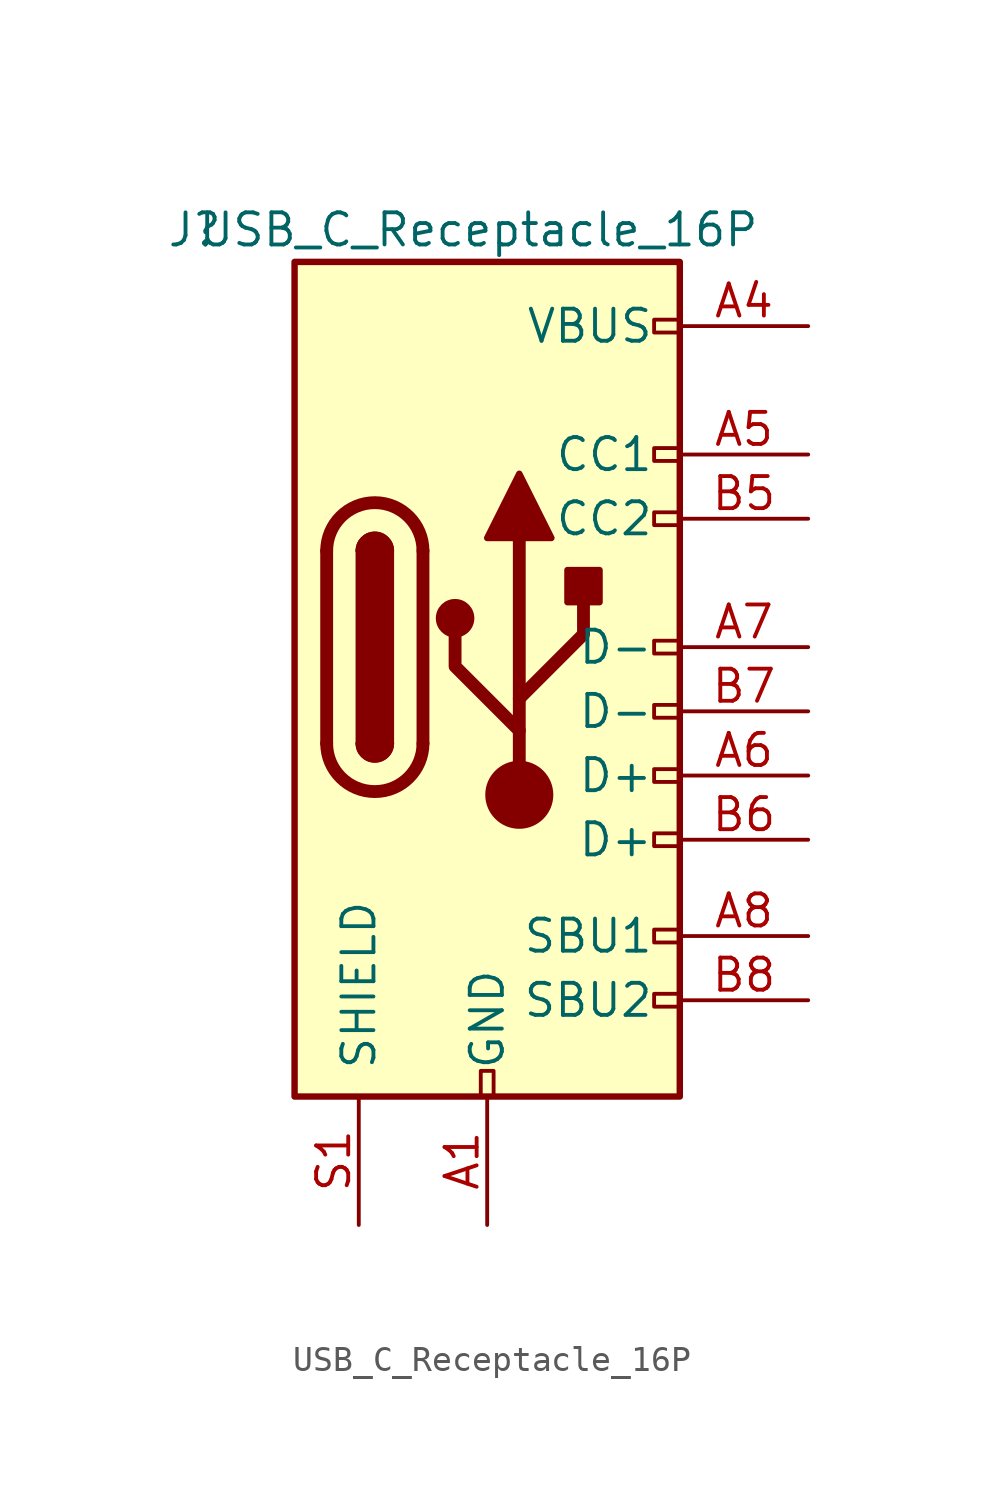
<source format=kicad_sym>
(kicad_symbol_lib
  (version 20211014)
  (generator kicad_symbol_editor)
  (symbol "USB_C_Receptacle_16P"
    (pin_names
      (offset 1.016))
    (property "Reference" "J"
      (at -12.7 17.78 0)
      (effects (font (size 1.27 1.27)) (justify left)))
    (property "Value" "USB_C_Receptacle_16P"
      (at 10.795 17.78 0)
      (effects (font (size 1.27 1.27)) (justify right)))
    (symbol "USB_C_Receptacle_16P_0_0"
      (rectangle (start -0.254 -16.51) (end 0.254 -15.494) (stroke (width 0) (type default) (color 0 0 0 0)) (fill (type none)))
      (rectangle (start 7.62 -12.446) (end 6.604 -12.954) (stroke (width 0) (type default) (color 0 0 0 0)) (fill (type none)))
      (rectangle (start 7.62 -9.906) (end 6.604 -10.414) (stroke (width 0) (type default) (color 0 0 0 0)) (fill (type none)))
      (rectangle (start 7.62 -6.096) (end 6.604 -6.604) (stroke (width 0) (type default) (color 0 0 0 0)) (fill (type none)))
      (rectangle (start 7.62 -3.556) (end 6.604 -4.064) (stroke (width 0) (type default) (color 0 0 0 0)) (fill (type none)))
      (rectangle (start 7.62 -1.016) (end 6.604 -1.524) (stroke (width 0) (type default) (color 0 0 0 0)) (fill (type none)))
      (rectangle (start 7.62 1.524) (end 6.604 1.016) (stroke (width 0) (type default) (color 0 0 0 0)) (fill (type none)))
      (rectangle (start 7.62 6.604) (end 6.604 6.096) (stroke (width 0) (type default) (color 0 0 0 0)) (fill (type none)))
      (rectangle (start 7.62 9.144) (end 6.604 8.636) (stroke (width 0) (type default) (color 0 0 0 0)) (fill (type none)))
      (rectangle (start 7.62 14.224) (end 6.604 13.716) (stroke (width 0) (type default) (color 0 0 0 0)) (fill (type none))))
    (symbol "USB_C_Receptacle_16P_0_1"
      (rectangle (start -7.62 16.51) (end 7.62 -16.51) (stroke (width 0.254) (type default) (color 0 0 0 0)) (fill (type background)))
      (arc (start -6.35 -2.54) (mid -4.445 -4.445) (end -2.54 -2.54) (stroke (width 0.508) (type default) (color 0 0 0 0)) (fill (type none)))
      (arc (start -5.08 -2.54) (mid -4.445 -3.175) (end -3.81 -2.54) (stroke (width 0.254) (type default) (color 0 0 0 0)) (fill (type none)))
      (arc (start -5.08 -2.54) (mid -4.445 -3.175) (end -3.81 -2.54) (stroke (width 0.254) (type default) (color 0 0 0 0)) (fill (type outline)))
      (rectangle (start -5.08 -2.54) (end -3.81 5.08) (stroke (width 0.254) (type default) (color 0 0 0 0)) (fill (type outline)))
      (arc (start -3.81 5.08) (mid -4.445 5.715) (end -5.08 5.08) (stroke (width 0.254) (type default) (color 0 0 0 0)) (fill (type none)))
      (arc (start -3.81 5.08) (mid -4.445 5.715) (end -5.08 5.08) (stroke (width 0.254) (type default) (color 0 0 0 0)) (fill (type outline)))
      (arc (start -2.54 5.08) (mid -4.445 6.985) (end -6.35 5.08) (stroke (width 0.508) (type default) (color 0 0 0 0)) (fill (type none)))
      (polyline (pts (xy -6.35 -2.54) (xy -6.35 5.08)) (stroke (width 0.508) (type default) (color 0 0 0 0)) (fill (type none)))
      (polyline (pts (xy -2.54 5.08) (xy -2.54 -2.54)) (stroke (width 0.508) (type default) (color 0 0 0 0)) (fill (type none))))
    (symbol "USB_C_Receptacle_16P_1_1"
      (circle (center -1.27 2.413) (radius 0.635) (stroke (width 0.254) (type default) (color 0 0 0 0)) (fill (type outline)))
      (polyline (pts (xy 1.27 -4.572) (xy 1.27 5.588)) (stroke (width 0.508) (type default) (color 0 0 0 0)) (fill (type none)))
      (polyline (pts (xy 1.27 -2.032) (xy -1.27 0.508) (xy -1.27 1.778)) (stroke (width 0.508) (type default) (color 0 0 0 0)) (fill (type none)))
      (polyline (pts (xy 1.27 -0.762) (xy 3.81 1.778) (xy 3.81 3.048)) (stroke (width 0.508) (type default) (color 0 0 0 0)) (fill (type none)))
      (polyline (pts (xy 0 5.588) (xy 1.27 8.128) (xy 2.54 5.588) (xy 0 5.588)) (stroke (width 0.254) (type default) (color 0 0 0 0)) (fill (type outline)))
      (circle (center 1.27 -4.572) (radius 1.27) (stroke (width 0) (type default) (color 0 0 0 0)) (fill (type outline)))
      (rectangle (start 3.175 3.048) (end 4.445 4.318) (stroke (width 0.254) (type default) (color 0 0 0 0)) (fill (type outline)))
      (pin passive line (at 0 -21.59 90) (length 5.08) (name "GND" (effects (font (size 1.27 1.27)))) (number "A1" (effects (font (size 1.27 1.27)))))
      (pin passive line (at 0 -21.59 90) (length 5.08) hide (name "GND" (effects (font (size 1.27 1.27)))) (number "A12" (effects (font (size 1.27 1.27)))))
      (pin passive line (at 12.7 13.97 180) (length 5.08) (name "VBUS" (effects (font (size 1.27 1.27)))) (number "A4" (effects (font (size 1.27 1.27)))))
      (pin bidirectional line (at 12.7 8.89 180) (length 5.08) (name "CC1" (effects (font (size 1.27 1.27)))) (number "A5" (effects (font (size 1.27 1.27)))))
      (pin bidirectional line (at 12.7 -3.81 180) (length 5.08) (name "D+" (effects (font (size 1.27 1.27)))) (number "A6" (effects (font (size 1.27 1.27)))))
      (pin bidirectional line (at 12.7 1.27 180) (length 5.08) (name "D-" (effects (font (size 1.27 1.27)))) (number "A7" (effects (font (size 1.27 1.27)))))
      (pin bidirectional line (at 12.7 -10.16 180) (length 5.08) (name "SBU1" (effects (font (size 1.27 1.27)))) (number "A8" (effects (font (size 1.27 1.27)))))
      (pin passive line (at 12.7 13.97 180) (length 5.08) hide (name "VBUS" (effects (font (size 1.27 1.27)))) (number "A9" (effects (font (size 1.27 1.27)))))
      (pin passive line (at 0 -21.59 90) (length 5.08) hide (name "GND" (effects (font (size 1.27 1.27)))) (number "B1" (effects (font (size 1.27 1.27)))))
      (pin passive line (at 0 -21.59 90) (length 5.08) hide (name "GND" (effects (font (size 1.27 1.27)))) (number "B12" (effects (font (size 1.27 1.27)))))
      (pin passive line (at 12.7 13.97 180) (length 5.08) hide (name "VBUS" (effects (font (size 1.27 1.27)))) (number "B4" (effects (font (size 1.27 1.27)))))
      (pin bidirectional line (at 12.7 6.35 180) (length 5.08) (name "CC2" (effects (font (size 1.27 1.27)))) (number "B5" (effects (font (size 1.27 1.27)))))
      (pin bidirectional line (at 12.7 -6.35 180) (length 5.08) (name "D+" (effects (font (size 1.27 1.27)))) (number "B6" (effects (font (size 1.27 1.27)))))
      (pin bidirectional line (at 12.7 -1.27 180) (length 5.08) (name "D-" (effects (font (size 1.27 1.27)))) (number "B7" (effects (font (size 1.27 1.27)))))
      (pin bidirectional line (at 12.7 -12.7 180) (length 5.08) (name "SBU2" (effects (font (size 1.27 1.27)))) (number "B8" (effects (font (size 1.27 1.27)))))
      (pin passive line (at 12.7 13.97 180) (length 5.08) hide (name "VBUS" (effects (font (size 1.27 1.27)))) (number "B9" (effects (font (size 1.27 1.27)))))
      (pin passive line (at -5.08 -21.59 90) (length 5.08) (name "SHIELD" (effects (font (size 1.27 1.27)))) (number "S1" (effects (font (size 1.27 1.27))))))))
</source>
